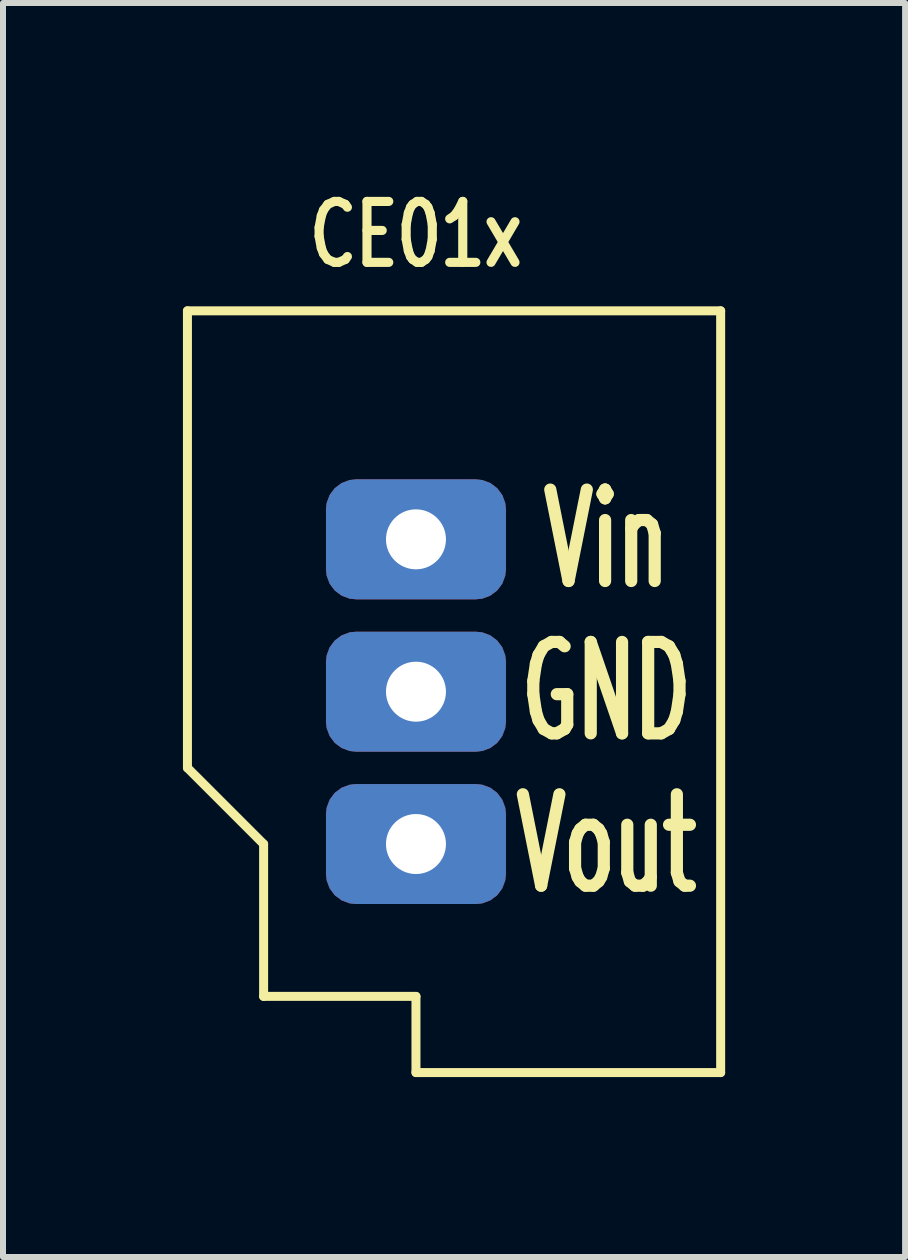
<source format=kicad_pcb>
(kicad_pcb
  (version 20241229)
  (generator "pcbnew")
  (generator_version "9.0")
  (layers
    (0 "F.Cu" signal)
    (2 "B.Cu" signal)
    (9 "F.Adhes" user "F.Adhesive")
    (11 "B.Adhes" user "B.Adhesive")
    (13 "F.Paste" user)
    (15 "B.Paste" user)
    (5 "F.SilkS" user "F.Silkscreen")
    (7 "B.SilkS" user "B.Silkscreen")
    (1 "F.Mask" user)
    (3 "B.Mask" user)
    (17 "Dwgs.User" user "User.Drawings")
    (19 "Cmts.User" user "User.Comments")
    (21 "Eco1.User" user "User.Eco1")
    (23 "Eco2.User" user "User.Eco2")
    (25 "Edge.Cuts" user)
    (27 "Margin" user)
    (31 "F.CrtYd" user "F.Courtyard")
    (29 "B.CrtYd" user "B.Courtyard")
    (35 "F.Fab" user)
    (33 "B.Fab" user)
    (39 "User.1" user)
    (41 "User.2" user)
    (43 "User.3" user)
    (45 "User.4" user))
  (footprint "CE01x"
    (layer "F.Cu")
    (at 3.885 8.482)
    (property "Reference" "CE01x" (at 0 -7.62 0) (layer "F.SilkS") (effects (font (size 1.016 0.762) (thickness 0.152))))
    (attr through_hole)
    (fp_line (start -3.81 -6.35) (end 5.08 -6.35) (stroke (width 0.15) (type solid)) (layer "F.SilkS"))
    (fp_line (start -3.81 1.27) (end -3.81 -6.35) (stroke (width 0.15) (type solid)) (layer "F.SilkS"))
    (fp_line (start -2.54 2.54) (end -3.81 1.27) (stroke (width 0.15) (type solid)) (layer "F.SilkS"))
    (fp_line (start -2.54 5.08) (end -2.54 2.54) (stroke (width 0.15) (type solid)) (layer "F.SilkS"))
    (fp_line (start 0 5.08) (end -2.54 5.08) (stroke (width 0.15) (type solid)) (layer "F.SilkS"))
    (fp_line (start 0 6.35) (end 0 5.08) (stroke (width 0.15) (type solid)) (layer "F.SilkS"))
    (fp_line (start 5.08 -6.35) (end 5.08 6.35) (stroke (width 0.15) (type solid)) (layer "F.SilkS"))
    (fp_line (start 5.08 6.35) (end 0 6.35) (stroke (width 0.15) (type solid)) (layer "F.SilkS"))
    (fp_text user "Vout" (at 3.175 2.54 0) (layer "F.SilkS") (effects (font (size 1.524 0.914) (thickness 0.203))))
    (fp_text user "Vin" (at 3.175 -2.54 0) (layer "F.SilkS") (effects (font (size 1.524 0.914) (thickness 0.203))))
    (fp_text user "GND" (at 3.175 0 0) (layer "F.SilkS") (effects (font (size 1.524 0.914) (thickness 0.203))))
    (pad "1" thru_hole roundrect (at 0 -2.54) (size 3 2) (drill 1) (layers "*.Cu" "*.Mask") (roundrect_rratio 0.25))
    (pad "2" thru_hole roundrect (at 0 0) (size 3 2) (drill 1) (layers "*.Cu" "*.Mask") (roundrect_rratio 0.25))
    (pad "3" thru_hole roundrect (at 0 2.54) (size 3 2) (drill 1) (layers "*.Cu" "*.Mask") (roundrect_rratio 0.25)))
  (gr_rect
    (start -3 -3)
    (end 12.04 17.907)
    (stroke (width 0.1) (type default))
    (fill no)
    (layer "Edge.Cuts")))
</source>
